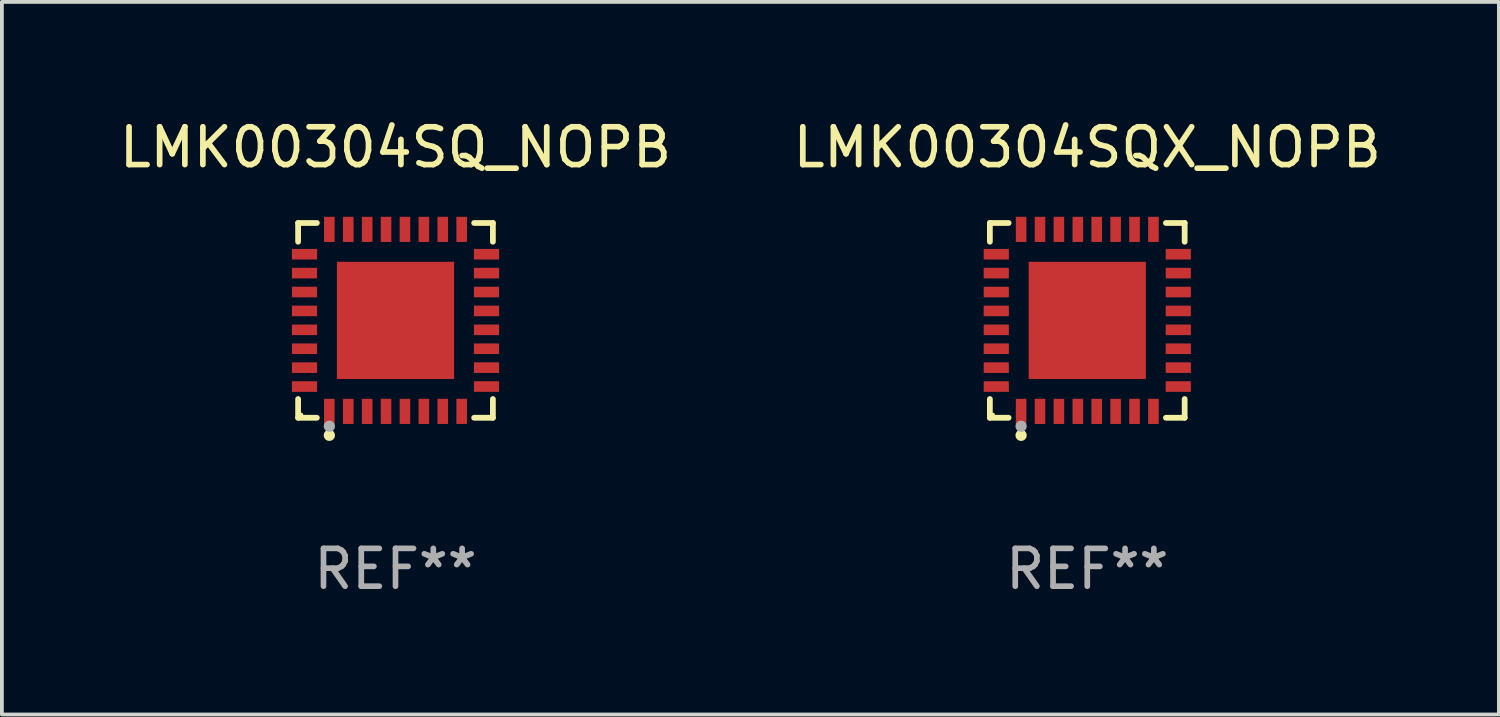
<source format=kicad_pcb>
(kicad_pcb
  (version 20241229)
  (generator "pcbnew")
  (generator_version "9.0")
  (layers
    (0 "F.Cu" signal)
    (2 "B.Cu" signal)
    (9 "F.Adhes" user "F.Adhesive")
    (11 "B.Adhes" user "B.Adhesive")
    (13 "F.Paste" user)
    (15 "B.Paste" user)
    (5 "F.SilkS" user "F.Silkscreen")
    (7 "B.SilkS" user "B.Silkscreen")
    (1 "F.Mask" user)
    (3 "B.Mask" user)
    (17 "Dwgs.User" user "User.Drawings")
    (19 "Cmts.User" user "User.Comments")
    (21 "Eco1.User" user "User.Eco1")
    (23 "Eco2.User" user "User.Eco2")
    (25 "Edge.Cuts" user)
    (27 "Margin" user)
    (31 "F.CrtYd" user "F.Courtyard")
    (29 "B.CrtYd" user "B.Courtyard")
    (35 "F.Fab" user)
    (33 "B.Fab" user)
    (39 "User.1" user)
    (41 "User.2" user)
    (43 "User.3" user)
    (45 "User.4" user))
  (footprint "LMK00304SQX_NOPB"
    (layer "F.Cu")
    (at 25.708 5.424)
    (property "Reference" "LMK00304SQX_NOPB" (at 0 -4.576 0) (layer "F.SilkS") (effects (font (size 1 1) (thickness 0.15))))
    (attr through_hole)
    (fp_line (start -2.576 -2.576) (end -2.08 -2.576) (stroke (width 0.152) (type solid)) (layer "F.SilkS"))
    (fp_line (start -2.576 -2.08) (end -2.576 -2.576) (stroke (width 0.152) (type solid)) (layer "F.SilkS"))
    (fp_line (start -2.576 2.08) (end -2.576 2.576) (stroke (width 0.152) (type solid)) (layer "F.SilkS"))
    (fp_line (start -2.576 2.576) (end -2.08 2.576) (stroke (width 0.152) (type solid)) (layer "F.SilkS"))
    (fp_line (start 2.576 -2.576) (end 2.08 -2.576) (stroke (width 0.152) (type solid)) (layer "F.SilkS"))
    (fp_line (start 2.576 -2.08) (end 2.576 -2.576) (stroke (width 0.152) (type solid)) (layer "F.SilkS"))
    (fp_line (start 2.576 2.08) (end 2.576 2.576) (stroke (width 0.152) (type solid)) (layer "F.SilkS"))
    (fp_line (start 2.576 2.576) (end 2.08 2.576) (stroke (width 0.152) (type solid)) (layer "F.SilkS"))
    (fp_circle (center -2.5 2.5) (end -2.47 2.5) (stroke (width 0.06) (type solid)) (fill no) (layer "F.SilkS"))
    (fp_circle (center -1.75 3.04) (end -1.675 3.04) (stroke (width 0.15) (type solid)) (fill no) (layer "F.SilkS"))
    (fp_circle (center -1.75 2.8) (end -1.675 2.8) (stroke (width 0.15) (type solid)) (fill no) (layer "F.Fab"))
    (fp_text user "REF**" (at 0 6.576 0) (layer "F.Fab") (effects (font (size 1 1) (thickness 0.15))))
    (pad "1" smd rect (at -1.75 2.407) (size 0.28 0.665) (layers "F.Cu" "F.Mask" "F.Paste"))
    (pad "2" smd rect (at -1.25 2.407) (size 0.28 0.665) (layers "F.Cu" "F.Mask" "F.Paste"))
    (pad "3" smd rect (at -0.75 2.407) (size 0.28 0.665) (layers "F.Cu" "F.Mask" "F.Paste"))
    (pad "4" smd rect (at -0.25 2.407) (size 0.28 0.665) (layers "F.Cu" "F.Mask" "F.Paste"))
    (pad "5" smd rect (at 0.25 2.407) (size 0.28 0.665) (layers "F.Cu" "F.Mask" "F.Paste"))
    (pad "6" smd rect (at 0.75 2.407) (size 0.28 0.665) (layers "F.Cu" "F.Mask" "F.Paste"))
    (pad "7" smd rect (at 1.25 2.407) (size 0.28 0.665) (layers "F.Cu" "F.Mask" "F.Paste"))
    (pad "8" smd rect (at 1.75 2.407) (size 0.28 0.665) (layers "F.Cu" "F.Mask" "F.Paste"))
    (pad "9" smd rect (at 2.407 1.75) (size 0.665 0.28) (layers "F.Cu" "F.Mask" "F.Paste"))
    (pad "10" smd rect (at 2.407 1.25) (size 0.665 0.28) (layers "F.Cu" "F.Mask" "F.Paste"))
    (pad "11" smd rect (at 2.407 0.75) (size 0.665 0.28) (layers "F.Cu" "F.Mask" "F.Paste"))
    (pad "12" smd rect (at 2.407 0.25) (size 0.665 0.28) (layers "F.Cu" "F.Mask" "F.Paste"))
    (pad "13" smd rect (at 2.407 -0.25) (size 0.665 0.28) (layers "F.Cu" "F.Mask" "F.Paste"))
    (pad "14" smd rect (at 2.407 -0.75) (size 0.665 0.28) (layers "F.Cu" "F.Mask" "F.Paste"))
    (pad "15" smd rect (at 2.407 -1.25) (size 0.665 0.28) (layers "F.Cu" "F.Mask" "F.Paste"))
    (pad "16" smd rect (at 2.407 -1.75) (size 0.665 0.28) (layers "F.Cu" "F.Mask" "F.Paste"))
    (pad "17" smd rect (at 1.75 -2.407) (size 0.28 0.665) (layers "F.Cu" "F.Mask" "F.Paste"))
    (pad "18" smd rect (at 1.25 -2.407) (size 0.28 0.665) (layers "F.Cu" "F.Mask" "F.Paste"))
    (pad "19" smd rect (at 0.75 -2.407) (size 0.28 0.665) (layers "F.Cu" "F.Mask" "F.Paste"))
    (pad "20" smd rect (at 0.25 -2.407) (size 0.28 0.665) (layers "F.Cu" "F.Mask" "F.Paste"))
    (pad "21" smd rect (at -0.25 -2.407) (size 0.28 0.665) (layers "F.Cu" "F.Mask" "F.Paste"))
    (pad "22" smd rect (at -0.75 -2.407) (size 0.28 0.665) (layers "F.Cu" "F.Mask" "F.Paste"))
    (pad "23" smd rect (at -1.25 -2.407) (size 0.28 0.665) (layers "F.Cu" "F.Mask" "F.Paste"))
    (pad "24" smd rect (at -1.75 -2.407) (size 0.28 0.665) (layers "F.Cu" "F.Mask" "F.Paste"))
    (pad "25" smd rect (at -2.407 -1.75) (size 0.665 0.28) (layers "F.Cu" "F.Mask" "F.Paste"))
    (pad "26" smd rect (at -2.407 -1.25) (size 0.665 0.28) (layers "F.Cu" "F.Mask" "F.Paste"))
    (pad "27" smd rect (at -2.407 -0.75) (size 0.665 0.28) (layers "F.Cu" "F.Mask" "F.Paste"))
    (pad "28" smd rect (at -2.407 -0.25) (size 0.665 0.28) (layers "F.Cu" "F.Mask" "F.Paste"))
    (pad "29" smd rect (at -2.407 0.25) (size 0.665 0.28) (layers "F.Cu" "F.Mask" "F.Paste"))
    (pad "30" smd rect (at -2.407 0.75) (size 0.665 0.28) (layers "F.Cu" "F.Mask" "F.Paste"))
    (pad "31" smd rect (at -2.407 1.25) (size 0.665 0.28) (layers "F.Cu" "F.Mask" "F.Paste"))
    (pad "32" smd rect (at -2.407 1.75) (size 0.665 0.28) (layers "F.Cu" "F.Mask" "F.Paste"))
    (pad "33" smd rect (at 0 0) (size 3.1 3.1) (layers "F.Cu" "F.Mask" "F.Paste")))
  (footprint "LMK00304SQ_NOPB"
    (layer "F.Cu")
    (at 7.411 5.424)
    (property "Reference" "LMK00304SQ_NOPB" (at 0 -4.576 0) (layer "F.SilkS") (effects (font (size 1 1) (thickness 0.15))))
    (attr through_hole)
    (fp_line (start -2.576 -2.576) (end -2.08 -2.576) (stroke (width 0.152) (type solid)) (layer "F.SilkS"))
    (fp_line (start -2.576 -2.08) (end -2.576 -2.576) (stroke (width 0.152) (type solid)) (layer "F.SilkS"))
    (fp_line (start -2.576 2.08) (end -2.576 2.576) (stroke (width 0.152) (type solid)) (layer "F.SilkS"))
    (fp_line (start -2.576 2.576) (end -2.08 2.576) (stroke (width 0.152) (type solid)) (layer "F.SilkS"))
    (fp_line (start 2.576 -2.576) (end 2.08 -2.576) (stroke (width 0.152) (type solid)) (layer "F.SilkS"))
    (fp_line (start 2.576 -2.08) (end 2.576 -2.576) (stroke (width 0.152) (type solid)) (layer "F.SilkS"))
    (fp_line (start 2.576 2.08) (end 2.576 2.576) (stroke (width 0.152) (type solid)) (layer "F.SilkS"))
    (fp_line (start 2.576 2.576) (end 2.08 2.576) (stroke (width 0.152) (type solid)) (layer "F.SilkS"))
    (fp_circle (center -2.5 2.5) (end -2.47 2.5) (stroke (width 0.06) (type solid)) (fill no) (layer "F.SilkS"))
    (fp_circle (center -1.75 3.04) (end -1.675 3.04) (stroke (width 0.15) (type solid)) (fill no) (layer "F.SilkS"))
    (fp_circle (center -1.75 2.8) (end -1.675 2.8) (stroke (width 0.15) (type solid)) (fill no) (layer "F.Fab"))
    (fp_text user "REF**" (at 0 6.576 0) (layer "F.Fab") (effects (font (size 1 1) (thickness 0.15))))
    (pad "1" smd rect (at -1.75 2.407) (size 0.28 0.665) (layers "F.Cu" "F.Mask" "F.Paste"))
    (pad "2" smd rect (at -1.25 2.407) (size 0.28 0.665) (layers "F.Cu" "F.Mask" "F.Paste"))
    (pad "3" smd rect (at -0.75 2.407) (size 0.28 0.665) (layers "F.Cu" "F.Mask" "F.Paste"))
    (pad "4" smd rect (at -0.25 2.407) (size 0.28 0.665) (layers "F.Cu" "F.Mask" "F.Paste"))
    (pad "5" smd rect (at 0.25 2.407) (size 0.28 0.665) (layers "F.Cu" "F.Mask" "F.Paste"))
    (pad "6" smd rect (at 0.75 2.407) (size 0.28 0.665) (layers "F.Cu" "F.Mask" "F.Paste"))
    (pad "7" smd rect (at 1.25 2.407) (size 0.28 0.665) (layers "F.Cu" "F.Mask" "F.Paste"))
    (pad "8" smd rect (at 1.75 2.407) (size 0.28 0.665) (layers "F.Cu" "F.Mask" "F.Paste"))
    (pad "9" smd rect (at 2.407 1.75) (size 0.665 0.28) (layers "F.Cu" "F.Mask" "F.Paste"))
    (pad "10" smd rect (at 2.407 1.25) (size 0.665 0.28) (layers "F.Cu" "F.Mask" "F.Paste"))
    (pad "11" smd rect (at 2.407 0.75) (size 0.665 0.28) (layers "F.Cu" "F.Mask" "F.Paste"))
    (pad "12" smd rect (at 2.407 0.25) (size 0.665 0.28) (layers "F.Cu" "F.Mask" "F.Paste"))
    (pad "13" smd rect (at 2.407 -0.25) (size 0.665 0.28) (layers "F.Cu" "F.Mask" "F.Paste"))
    (pad "14" smd rect (at 2.407 -0.75) (size 0.665 0.28) (layers "F.Cu" "F.Mask" "F.Paste"))
    (pad "15" smd rect (at 2.407 -1.25) (size 0.665 0.28) (layers "F.Cu" "F.Mask" "F.Paste"))
    (pad "16" smd rect (at 2.407 -1.75) (size 0.665 0.28) (layers "F.Cu" "F.Mask" "F.Paste"))
    (pad "17" smd rect (at 1.75 -2.407) (size 0.28 0.665) (layers "F.Cu" "F.Mask" "F.Paste"))
    (pad "18" smd rect (at 1.25 -2.407) (size 0.28 0.665) (layers "F.Cu" "F.Mask" "F.Paste"))
    (pad "19" smd rect (at 0.75 -2.407) (size 0.28 0.665) (layers "F.Cu" "F.Mask" "F.Paste"))
    (pad "20" smd rect (at 0.25 -2.407) (size 0.28 0.665) (layers "F.Cu" "F.Mask" "F.Paste"))
    (pad "21" smd rect (at -0.25 -2.407) (size 0.28 0.665) (layers "F.Cu" "F.Mask" "F.Paste"))
    (pad "22" smd rect (at -0.75 -2.407) (size 0.28 0.665) (layers "F.Cu" "F.Mask" "F.Paste"))
    (pad "23" smd rect (at -1.25 -2.407) (size 0.28 0.665) (layers "F.Cu" "F.Mask" "F.Paste"))
    (pad "24" smd rect (at -1.75 -2.407) (size 0.28 0.665) (layers "F.Cu" "F.Mask" "F.Paste"))
    (pad "25" smd rect (at -2.407 -1.75) (size 0.665 0.28) (layers "F.Cu" "F.Mask" "F.Paste"))
    (pad "26" smd rect (at -2.407 -1.25) (size 0.665 0.28) (layers "F.Cu" "F.Mask" "F.Paste"))
    (pad "27" smd rect (at -2.407 -0.75) (size 0.665 0.28) (layers "F.Cu" "F.Mask" "F.Paste"))
    (pad "28" smd rect (at -2.407 -0.25) (size 0.665 0.28) (layers "F.Cu" "F.Mask" "F.Paste"))
    (pad "29" smd rect (at -2.407 0.25) (size 0.665 0.28) (layers "F.Cu" "F.Mask" "F.Paste"))
    (pad "30" smd rect (at -2.407 0.75) (size 0.665 0.28) (layers "F.Cu" "F.Mask" "F.Paste"))
    (pad "31" smd rect (at -2.407 1.25) (size 0.665 0.28) (layers "F.Cu" "F.Mask" "F.Paste"))
    (pad "32" smd rect (at -2.407 1.75) (size 0.665 0.28) (layers "F.Cu" "F.Mask" "F.Paste"))
    (pad "33" smd rect (at 0 0) (size 3.1 3.1) (layers "F.Cu" "F.Mask" "F.Paste")))
  (gr_rect
    (start -3 -3)
    (end 36.595 15.849)
    (stroke (width 0.1) (type default))
    (fill no)
    (layer "Edge.Cuts")))
</source>
